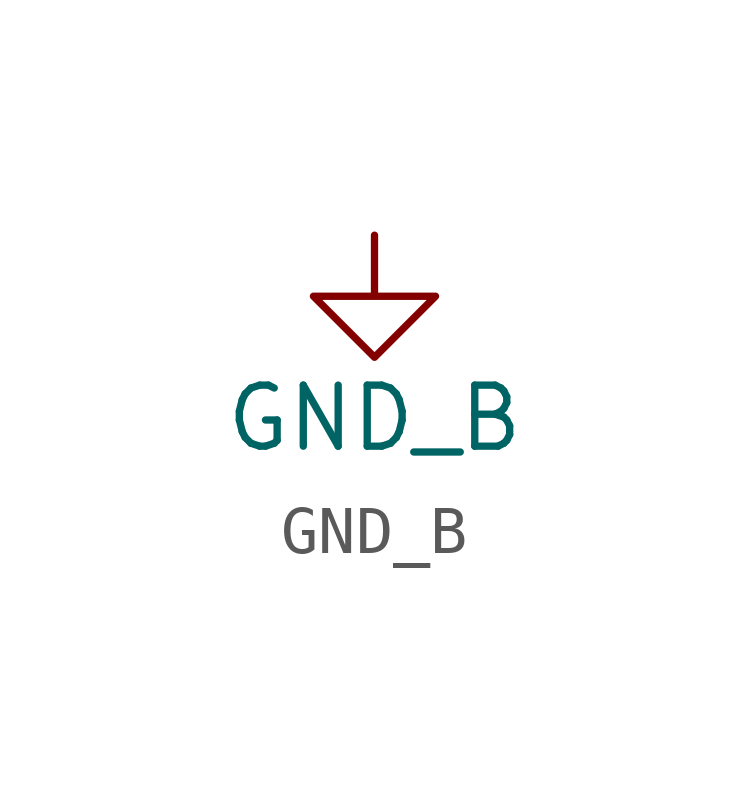
<source format=kicad_sym>
(kicad_symbol_lib
  (version 20211014)
  (generator kicad_symbol_editor)
  (symbol "GND_B"
    (power)
    (pin_names
      (offset 0))
    (property "Reference" "#PWR"
      (at 0 -6.35 0)
      (effects (font (size 1.27 1.27)) hide))
    (property "Value" "GND_B"
      (at 0 -3.81 0)
      (effects (font (size 1.27 1.27))))
    (symbol "GND_B_0_1"
      (polyline (pts (xy 0 0) (xy 0 -1.27) (xy 1.27 -1.27) (xy 0 -2.54) (xy -1.27 -1.27) (xy 0 -1.27)) (stroke (width 0) (type default) (color 0 0 0 0)) (fill (type none))))
    (symbol "GND_B_1_1"
      (pin power_in line (at 0 0 270) (length 0) hide (name "GND_B" (effects (font (size 1.27 1.27)))) (number "1" (effects (font (size 1.27 1.27))))))))
</source>
